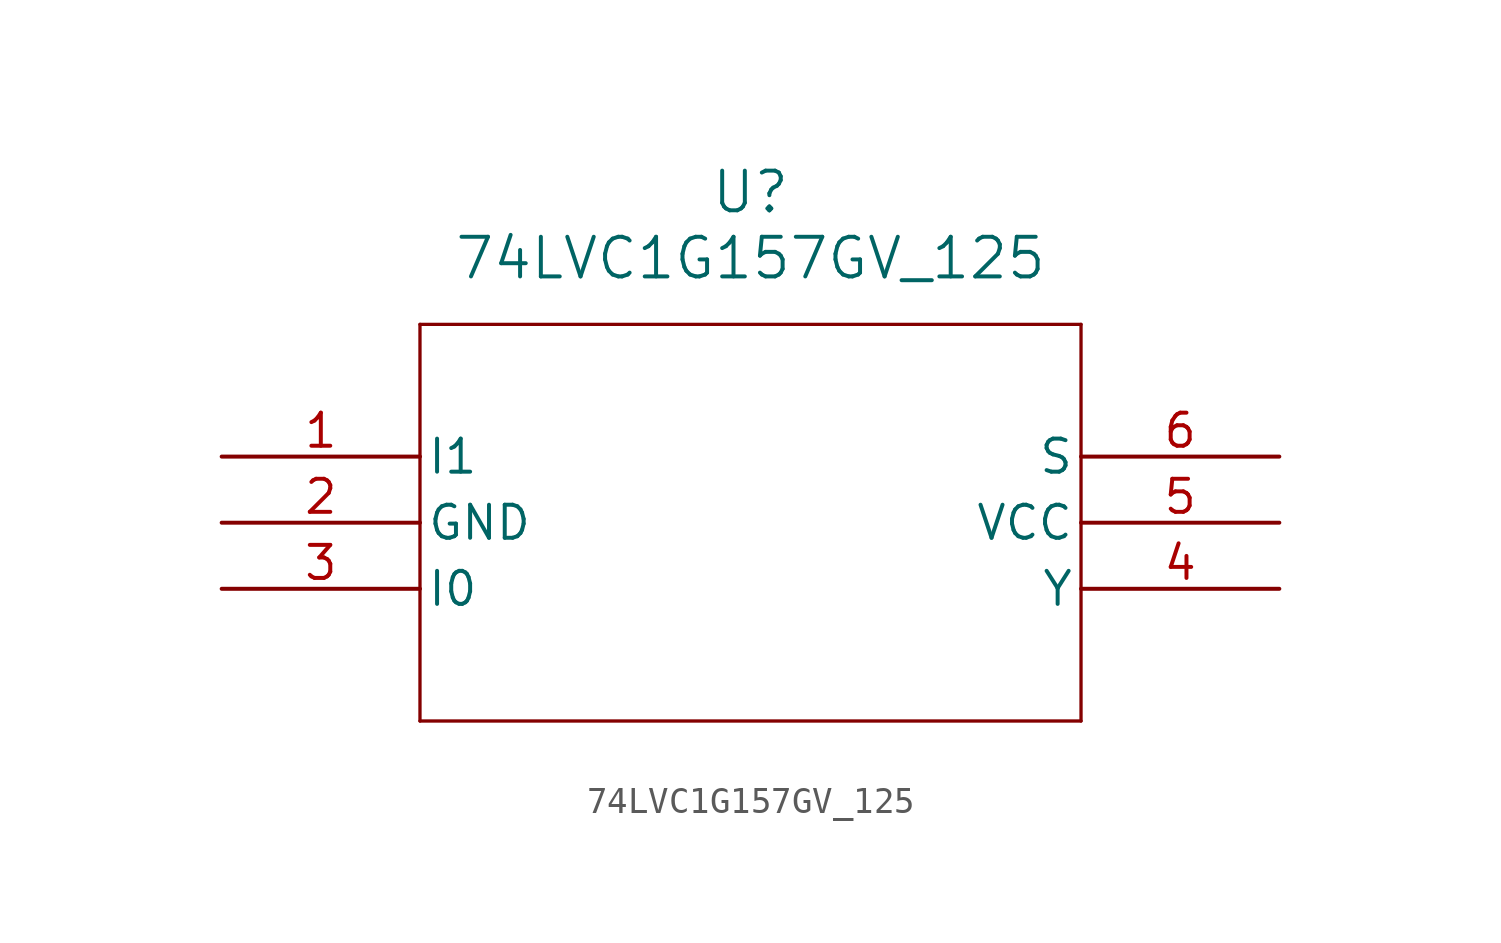
<source format=kicad_sym>
(kicad_symbol_lib
  (version 20211014)
  (generator kicad_symbol_editor)
  (symbol "74LVC1G157GV_125"
    (pin_names
      (offset 0.254))
    (property "Reference" "U"
      (at 20.32 10.16 0)
      (effects (font (size 1.524 1.524))))
    (property "Value" "74LVC1G157GV_125"
      (at 20.32 7.62 0)
      (effects (font (size 1.524 1.524))))
    (symbol "74LVC1G157GV_125_0_1"
      (polyline (pts (xy 7.62 5.08) (xy 7.62 -10.16)) (stroke (width 0.127) (type default) (color 0 0 0 0)) (fill (type none)))
      (polyline (pts (xy 7.62 -10.16) (xy 33.02 -10.16)) (stroke (width 0.127) (type default) (color 0 0 0 0)) (fill (type none)))
      (polyline (pts (xy 33.02 -10.16) (xy 33.02 5.08)) (stroke (width 0.127) (type default) (color 0 0 0 0)) (fill (type none)))
      (polyline (pts (xy 33.02 5.08) (xy 7.62 5.08)) (stroke (width 0.127) (type default) (color 0 0 0 0)) (fill (type none)))
      (pin bidirectional line (at 0 0 0) (length 7.62) (name "I1" (effects (font (size 1.27 1.27)))) (number "1" (effects (font (size 1.27 1.27)))))
      (pin power_out line (at 0 -2.54 0) (length 7.62) (name "GND" (effects (font (size 1.27 1.27)))) (number "2" (effects (font (size 1.27 1.27)))))
      (pin bidirectional line (at 0 -5.08 0) (length 7.62) (name "I0" (effects (font (size 1.27 1.27)))) (number "3" (effects (font (size 1.27 1.27)))))
      (pin unspecified line (at 40.64 -5.08 180) (length 7.62) (name "Y" (effects (font (size 1.27 1.27)))) (number "4" (effects (font (size 1.27 1.27)))))
      (pin power_in line (at 40.64 -2.54 180) (length 7.62) (name "VCC" (effects (font (size 1.27 1.27)))) (number "5" (effects (font (size 1.27 1.27)))))
      (pin unspecified line (at 40.64 0 180) (length 7.62) (name "S" (effects (font (size 1.27 1.27)))) (number "6" (effects (font (size 1.27 1.27))))))))
</source>
